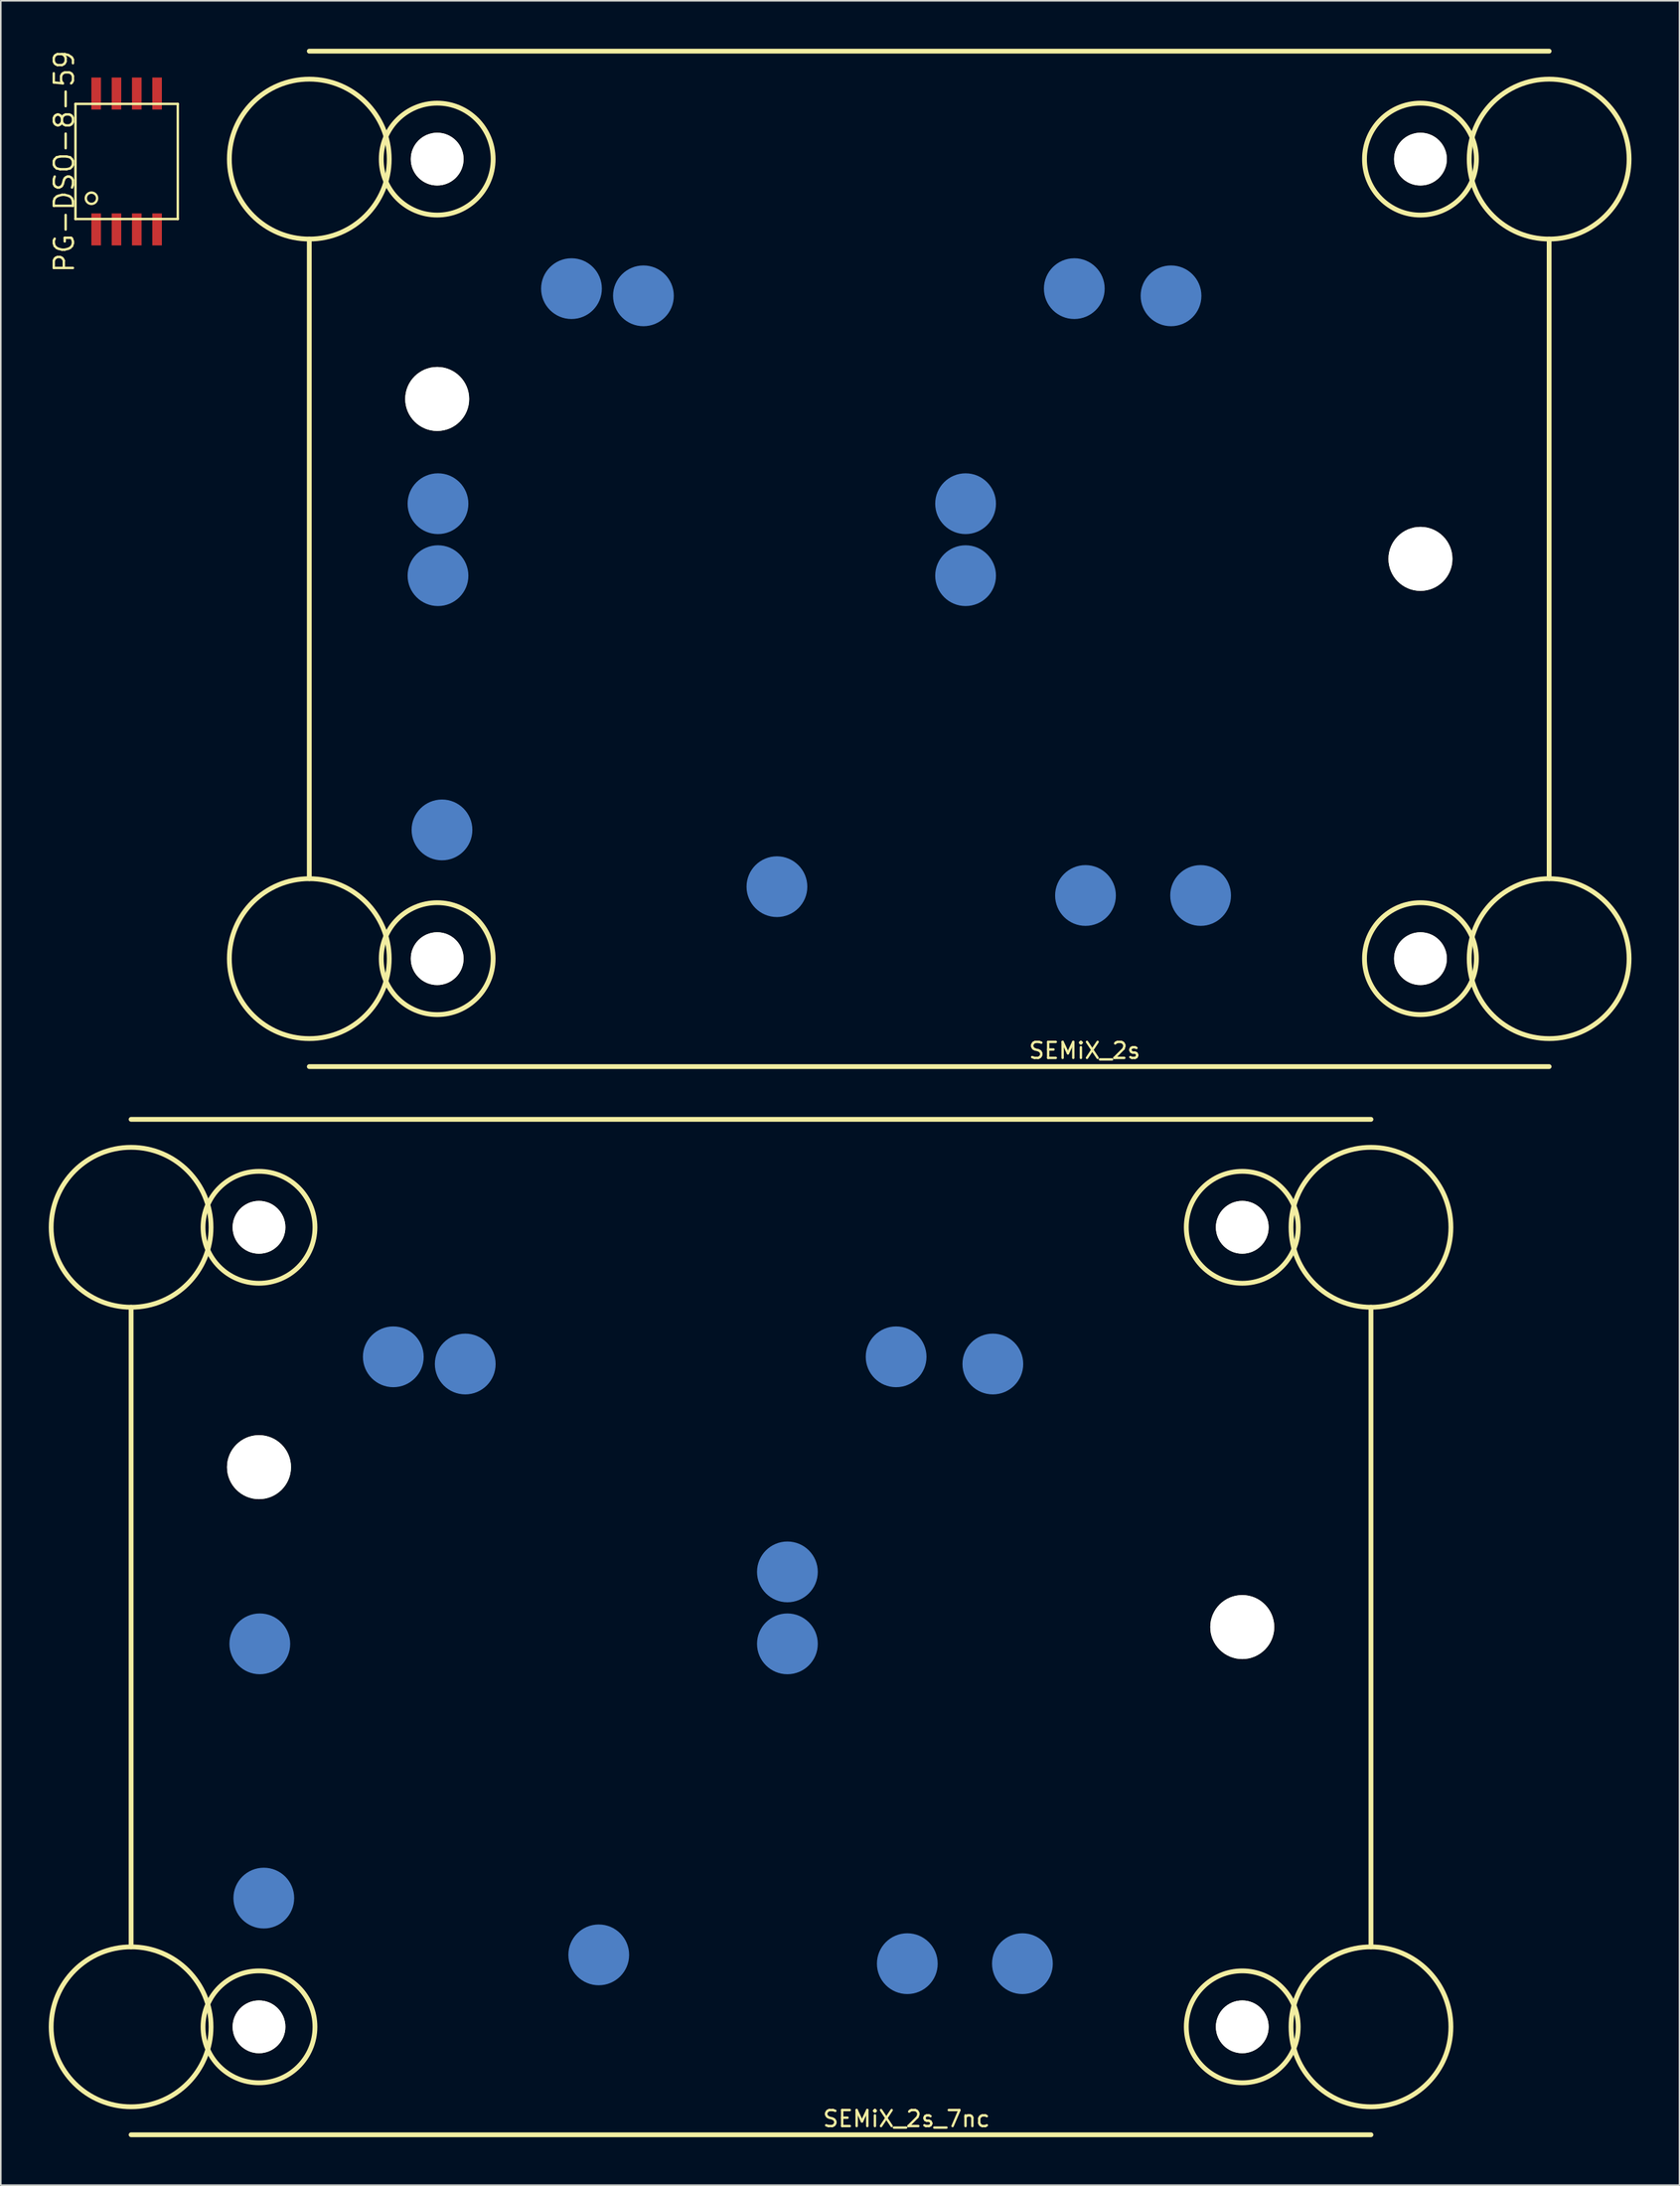
<source format=kicad_pcb>
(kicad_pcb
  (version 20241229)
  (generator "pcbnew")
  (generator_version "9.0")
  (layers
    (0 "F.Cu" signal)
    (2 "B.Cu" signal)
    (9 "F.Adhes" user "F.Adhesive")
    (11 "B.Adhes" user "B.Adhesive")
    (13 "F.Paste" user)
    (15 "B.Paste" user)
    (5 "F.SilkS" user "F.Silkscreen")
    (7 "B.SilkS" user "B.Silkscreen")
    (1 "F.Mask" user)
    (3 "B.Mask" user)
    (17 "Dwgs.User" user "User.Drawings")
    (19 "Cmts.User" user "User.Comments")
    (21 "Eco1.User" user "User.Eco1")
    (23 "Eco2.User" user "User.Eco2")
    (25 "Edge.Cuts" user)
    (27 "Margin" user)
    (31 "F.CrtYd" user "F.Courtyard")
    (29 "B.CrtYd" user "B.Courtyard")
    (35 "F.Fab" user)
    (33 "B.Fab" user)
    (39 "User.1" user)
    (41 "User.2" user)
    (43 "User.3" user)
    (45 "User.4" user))
  (footprint "PG-DSO-8-59"
    (layer "F.Cu")
    (at 4.87 7.048)
    (property "Reference" "PG-DSO-8-59" (at -3.905 0 90) (layer "F.SilkS") (effects (font (size 1.2 1.2) (thickness 0.15))))
    (attr through_hole)
    (fp_line (start -3.2 -3.6) (end -3.2 3.6) (stroke (width 0.15) (type solid)) (layer "F.SilkS"))
    (fp_line (start -3.2 3.6) (end 3.2 3.6) (stroke (width 0.15) (type solid)) (layer "F.SilkS"))
    (fp_line (start 3.2 -3.6) (end -3.2 -3.6) (stroke (width 0.15) (type solid)) (layer "F.SilkS"))
    (fp_line (start 3.2 3.6) (end 3.2 -3.6) (stroke (width 0.15) (type solid)) (layer "F.SilkS"))
    (fp_circle (center -2.2 2.3) (end -1.95 2.55) (stroke (width 0.15) (type solid)) (fill no) (layer "F.SilkS"))
    (pad "1" smd rect (at -1.905 4.25) (size 0.6 2) (layers "F.Cu" "F.Mask" "F.Paste"))
    (pad "2" smd rect (at -0.635 4.25) (size 0.6 2) (layers "F.Cu" "F.Mask" "F.Paste"))
    (pad "3" smd rect (at 0.635 4.25) (size 0.6 2) (layers "F.Cu" "F.Mask" "F.Paste"))
    (pad "4" smd rect (at 1.905 4.25) (size 0.6 2) (layers "F.Cu" "F.Mask" "F.Paste"))
    (pad "5" smd rect (at 1.905 -4.25) (size 0.6 2) (layers "F.Cu" "F.Mask" "F.Paste"))
    (pad "6" smd rect (at 0.635 -4.25) (size 0.6 2) (layers "F.Cu" "F.Mask" "F.Paste"))
    (pad "7" smd rect (at -0.635 -4.25) (size 0.6 2) (layers "F.Cu" "F.Mask" "F.Paste"))
    (pad "8" smd rect (at -1.905 -4.25) (size 0.6 2) (layers "F.Cu" "F.Mask" "F.Paste")))
  (footprint "SEMiX_2s_7nc"
    (layer "F.Cu")
    (at 13.15 88.7)
    (property "Reference" "SEMiX_2s_7nc" (at 40.5 40.75 0) (layer "F.SilkS") (effects (font (size 1 1) (thickness 0.15))))
    (attr through_hole)
    (fp_line (start -8 -21.75) (end 69.55 -21.75) (stroke (width 0.3) (type solid)) (layer "F.SilkS"))
    (fp_line (start -8 -10) (end -8 30) (stroke (width 0.3) (type solid)) (layer "F.SilkS"))
    (fp_line (start -8 41.75) (end 69.55 41.75) (stroke (width 0.3) (type solid)) (layer "F.SilkS"))
    (fp_line (start 69.55 -10) (end 69.55 30) (stroke (width 0.3) (type solid)) (layer "F.SilkS"))
    (fp_circle (center -8 -15) (end -8 -10) (stroke (width 0.3) (type solid)) (fill no) (layer "F.SilkS"))
    (fp_circle (center -8 35) (end -8 30) (stroke (width 0.3) (type solid)) (fill no) (layer "F.SilkS"))
    (fp_circle (center 0 -15) (end 3.5 -15) (stroke (width 0.3) (type solid)) (fill no) (layer "F.SilkS"))
    (fp_circle (center 0 35) (end 3.5 35) (stroke (width 0.3) (type solid)) (fill no) (layer "F.SilkS"))
    (fp_circle (center 61.5 -15) (end 58 -15) (stroke (width 0.3) (type solid)) (fill no) (layer "F.SilkS"))
    (fp_circle (center 61.5 35) (end 58 35) (stroke (width 0.3) (type solid)) (fill no) (layer "F.SilkS"))
    (fp_circle (center 69.55 -15) (end 69.5 -10) (stroke (width 0.3) (type solid)) (fill no) (layer "F.SilkS"))
    (fp_circle (center 69.55 35) (end 69.5 40) (stroke (width 0.3) (type solid)) (fill no) (layer "F.SilkS"))
    (pad "" np_thru_hole circle (at 0 -15) (size 3.3 3.3) (drill 3.3) (layers "*.Cu" "*.Mask" "F.SilkS"))
    (pad "" np_thru_hole circle (at 0 0) (size 4 4) (drill 4) (layers "*.Cu" "*.Mask" "F.SilkS"))
    (pad "" np_thru_hole circle (at 0 35) (size 3.3 3.3) (drill 3.3) (layers "*.Cu" "*.Mask" "F.SilkS"))
    (pad "" np_thru_hole circle (at 61.5 -15) (size 3.3 3.3) (drill 3.3) (layers "*.Cu" "*.Mask" "F.SilkS"))
    (pad "" np_thru_hole circle (at 61.5 10) (size 4 4) (drill 4) (layers "*.Cu" "*.Mask" "F.SilkS"))
    (pad "" np_thru_hole circle (at 61.5 35) (size 3.3 3.3) (drill 3.3) (layers "*.Cu" "*.Mask" "F.SilkS"))
    (pad "5" smd circle (at 8.4 -6.9) (size 3.8 3.8) (layers "B.Cu" "B.Mask" "B.Paste"))
    (pad "6" smd circle (at 12.9 -6.45) (size 3.8 3.8) (layers "B.Cu" "B.Mask" "B.Paste"))
    (pad "8" smd circle (at 0.05 11.05) (size 3.8 3.8) (layers "B.Cu" "B.Mask" "B.Paste"))
    (pad "9" smd circle (at 39.85 -6.9) (size 3.8 3.8) (layers "B.Cu" "B.Mask" "B.Paste"))
    (pad "10" smd circle (at 45.9 -6.45) (size 3.8 3.8) (layers "B.Cu" "B.Mask" "B.Paste"))
    (pad "11" smd circle (at 33.05 6.55) (size 3.8 3.8) (layers "B.Cu" "B.Mask" "B.Paste"))
    (pad "12" smd circle (at 33.05 11.05) (size 3.8 3.8) (layers "B.Cu" "B.Mask" "B.Paste"))
    (pad "13" smd circle (at 0.3 26.95) (size 3.8 3.8) (layers "B.Cu" "B.Mask" "B.Paste"))
    (pad "14" smd circle (at 21.25 30.5) (size 3.8 3.8) (layers "B.Cu" "B.Mask" "B.Paste"))
    (pad "15" smd circle (at 40.55 31.05) (size 3.8 3.8) (layers "B.Cu" "B.Mask" "B.Paste"))
    (pad "16" smd circle (at 47.75 31.05) (size 3.8 3.8) (layers "B.Cu" "B.Mask" "B.Paste")))
  (footprint "SEMiX_2s"
    (layer "F.Cu")
    (at 24.295 21.9)
    (property "Reference" "SEMiX_2s" (at 40.5 40.75 0) (layer "F.SilkS") (effects (font (size 1 1) (thickness 0.15))))
    (attr through_hole)
    (fp_line (start -8 -21.75) (end 69.55 -21.75) (stroke (width 0.3) (type solid)) (layer "F.SilkS"))
    (fp_line (start -8 -10) (end -8 30) (stroke (width 0.3) (type solid)) (layer "F.SilkS"))
    (fp_line (start -8 41.75) (end 69.55 41.75) (stroke (width 0.3) (type solid)) (layer "F.SilkS"))
    (fp_line (start 69.55 -10) (end 69.55 30) (stroke (width 0.3) (type solid)) (layer "F.SilkS"))
    (fp_circle (center -8 -15) (end -8 -10) (stroke (width 0.3) (type solid)) (fill no) (layer "F.SilkS"))
    (fp_circle (center -8 35) (end -8 30) (stroke (width 0.3) (type solid)) (fill no) (layer "F.SilkS"))
    (fp_circle (center 0 -15) (end 3.5 -15) (stroke (width 0.3) (type solid)) (fill no) (layer "F.SilkS"))
    (fp_circle (center 0 35) (end 3.5 35) (stroke (width 0.3) (type solid)) (fill no) (layer "F.SilkS"))
    (fp_circle (center 61.5 -15) (end 58 -15) (stroke (width 0.3) (type solid)) (fill no) (layer "F.SilkS"))
    (fp_circle (center 61.5 35) (end 58 35) (stroke (width 0.3) (type solid)) (fill no) (layer "F.SilkS"))
    (fp_circle (center 69.55 -15) (end 69.5 -10) (stroke (width 0.3) (type solid)) (fill no) (layer "F.SilkS"))
    (fp_circle (center 69.55 35) (end 69.5 40) (stroke (width 0.3) (type solid)) (fill no) (layer "F.SilkS"))
    (pad "" np_thru_hole circle (at 0 -15) (size 3.3 3.3) (drill 3.3) (layers "*.Cu" "*.Mask" "F.SilkS"))
    (pad "" np_thru_hole circle (at 0 0) (size 4 4) (drill 4) (layers "*.Cu" "*.Mask" "F.SilkS"))
    (pad "" np_thru_hole circle (at 0 35) (size 3.3 3.3) (drill 3.3) (layers "*.Cu" "*.Mask" "F.SilkS"))
    (pad "" np_thru_hole circle (at 61.5 -15) (size 3.3 3.3) (drill 3.3) (layers "*.Cu" "*.Mask" "F.SilkS"))
    (pad "" np_thru_hole circle (at 61.5 10) (size 4 4) (drill 4) (layers "*.Cu" "*.Mask" "F.SilkS"))
    (pad "" np_thru_hole circle (at 61.5 35) (size 3.3 3.3) (drill 3.3) (layers "*.Cu" "*.Mask" "F.SilkS"))
    (pad "5" smd circle (at 8.4 -6.9) (size 3.8 3.8) (layers "B.Cu" "B.Mask" "B.Paste"))
    (pad "6" smd circle (at 12.9 -6.45) (size 3.8 3.8) (layers "B.Cu" "B.Mask" "B.Paste"))
    (pad "7" smd circle (at 0.05 6.55) (size 3.8 3.8) (layers "B.Cu" "B.Mask" "B.Paste"))
    (pad "8" smd circle (at 0.05 11.05) (size 3.8 3.8) (layers "B.Cu" "B.Mask" "B.Paste"))
    (pad "9" smd circle (at 39.85 -6.9) (size 3.8 3.8) (layers "B.Cu" "B.Mask" "B.Paste"))
    (pad "10" smd circle (at 45.9 -6.45) (size 3.8 3.8) (layers "B.Cu" "B.Mask" "B.Paste"))
    (pad "11" smd circle (at 33.05 6.55) (size 3.8 3.8) (layers "B.Cu" "B.Mask" "B.Paste"))
    (pad "12" smd circle (at 33.05 11.05) (size 3.8 3.8) (layers "B.Cu" "B.Mask" "B.Paste"))
    (pad "13" smd circle (at 0.3 26.95) (size 3.8 3.8) (layers "B.Cu" "B.Mask" "B.Paste"))
    (pad "14" smd circle (at 21.25 30.5) (size 3.8 3.8) (layers "B.Cu" "B.Mask" "B.Paste"))
    (pad "15" smd circle (at 40.55 31.05) (size 3.8 3.8) (layers "B.Cu" "B.Mask" "B.Paste"))
    (pad "16" smd circle (at 47.75 31.05) (size 3.8 3.8) (layers "B.Cu" "B.Mask" "B.Paste")))
  (gr_rect
    (start -3 -3)
    (end 101.996 133.6)
    (stroke (width 0.1) (type default))
    (fill no)
    (layer "Edge.Cuts")))
</source>
